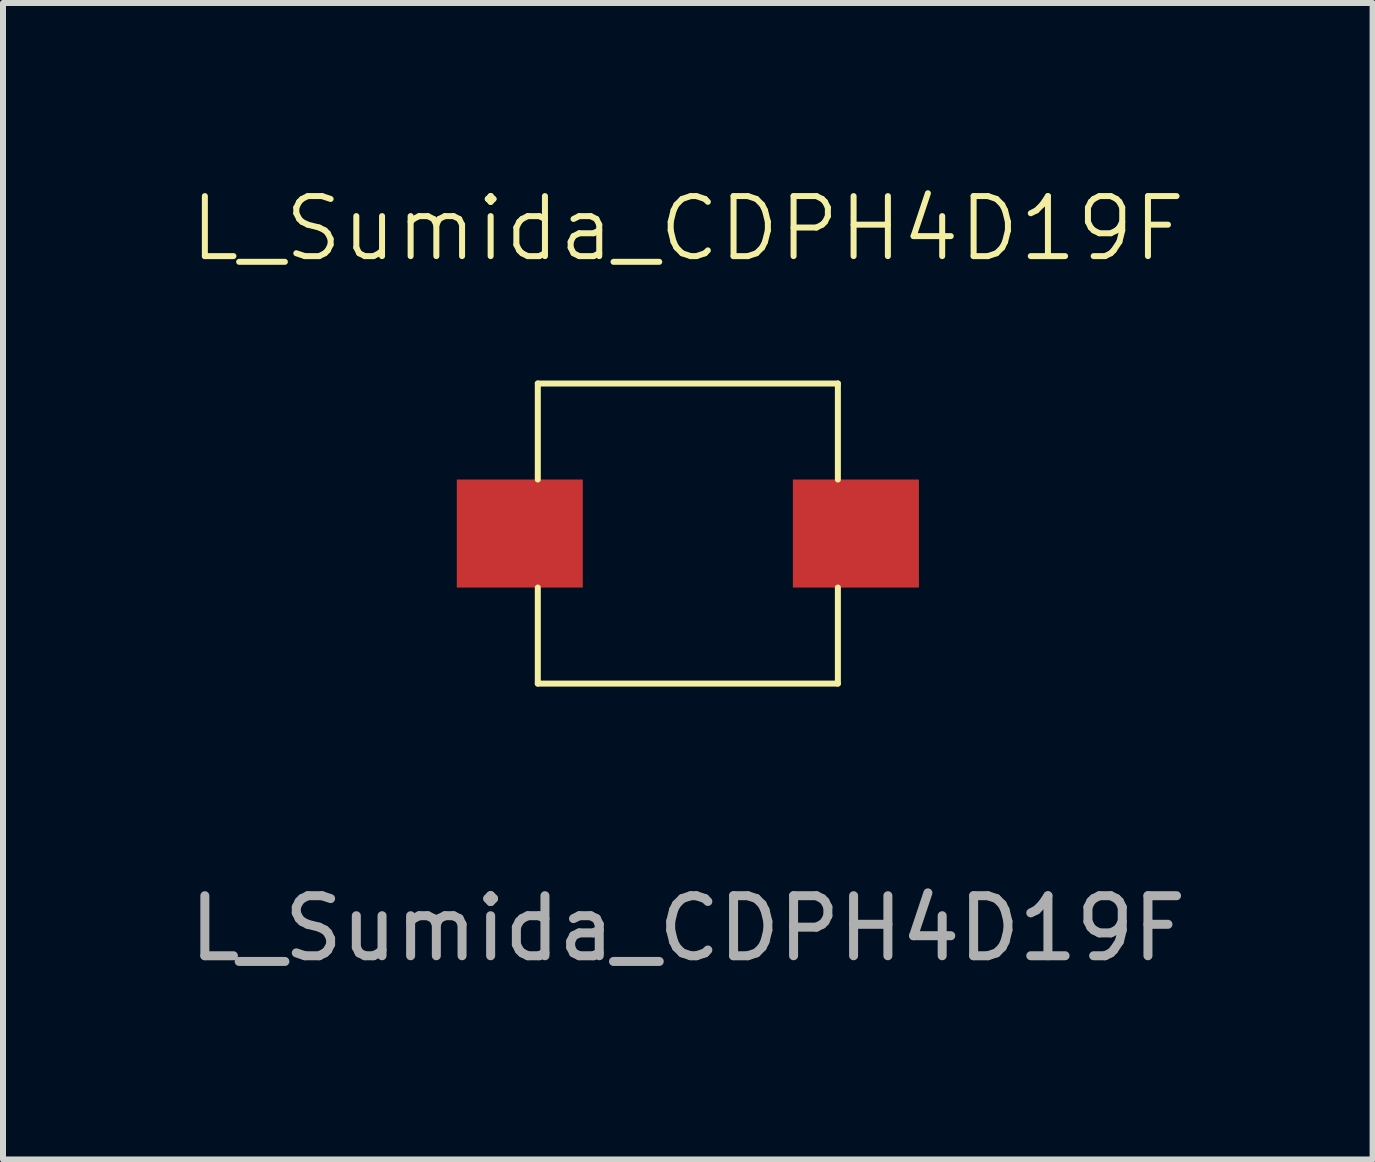
<source format=kicad_pcb>
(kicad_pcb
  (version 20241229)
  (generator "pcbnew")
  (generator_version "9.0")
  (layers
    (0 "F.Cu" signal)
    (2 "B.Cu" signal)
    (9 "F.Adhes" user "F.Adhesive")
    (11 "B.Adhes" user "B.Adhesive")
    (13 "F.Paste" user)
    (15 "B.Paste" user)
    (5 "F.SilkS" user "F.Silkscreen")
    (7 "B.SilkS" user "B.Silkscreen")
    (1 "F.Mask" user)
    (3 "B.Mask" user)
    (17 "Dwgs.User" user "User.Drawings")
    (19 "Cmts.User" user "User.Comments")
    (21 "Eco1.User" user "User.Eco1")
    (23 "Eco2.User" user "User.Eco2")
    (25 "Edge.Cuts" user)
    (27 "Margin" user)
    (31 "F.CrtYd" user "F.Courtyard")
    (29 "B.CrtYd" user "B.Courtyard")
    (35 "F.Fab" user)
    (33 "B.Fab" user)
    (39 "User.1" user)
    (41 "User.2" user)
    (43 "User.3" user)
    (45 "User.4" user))
  (footprint "L_Sumida_CDPH4D19F"
    (layer "F.Cu")
    (at 8.411 5.84)
    (property "Reference" "L_Sumida_CDPH4D19F" (at 0 -5.08 0) (unlocked yes) (layer "F.SilkS") (effects (font (size 1 1) (thickness 0.1))))
    (attr smd)
    (fp_line (start -2.5 -2.5) (end -2.5 -0.9) (stroke (width 0.1) (type default)) (layer "F.SilkS"))
    (fp_line (start -2.5 0.9) (end -2.5 2.5) (stroke (width 0.1) (type default)) (layer "F.SilkS"))
    (fp_line (start -2.5 2.5) (end 2.5 2.5) (stroke (width 0.1) (type default)) (layer "F.SilkS"))
    (fp_line (start 2.5 -2.5) (end -2.5 -2.5) (stroke (width 0.1) (type default)) (layer "F.SilkS"))
    (fp_line (start 2.5 -2.5) (end 2.5 -0.9) (stroke (width 0.1) (type default)) (layer "F.SilkS"))
    (fp_line (start 2.5 2.5) (end 2.5 0.9) (stroke (width 0.1) (type default)) (layer "F.SilkS"))
    (fp_text user "${REFERENCE}" (at 0 6.58 0) (unlocked yes) (layer "F.Fab") (effects (font (size 1 1) (thickness 0.15))))
    (pad "1" smd rect (at -2.8 0) (size 2.1 1.8) (layers "F.Cu" "F.Mask" "F.Paste"))
    (pad "2" smd rect (at 2.8 0) (size 2.1 1.8) (layers "F.Cu" "F.Mask" "F.Paste")))
  (gr_rect
    (start -3 -3)
    (end 19.821 16.269)
    (stroke (width 0.1) (type default))
    (fill no)
    (layer "Edge.Cuts")))
</source>
